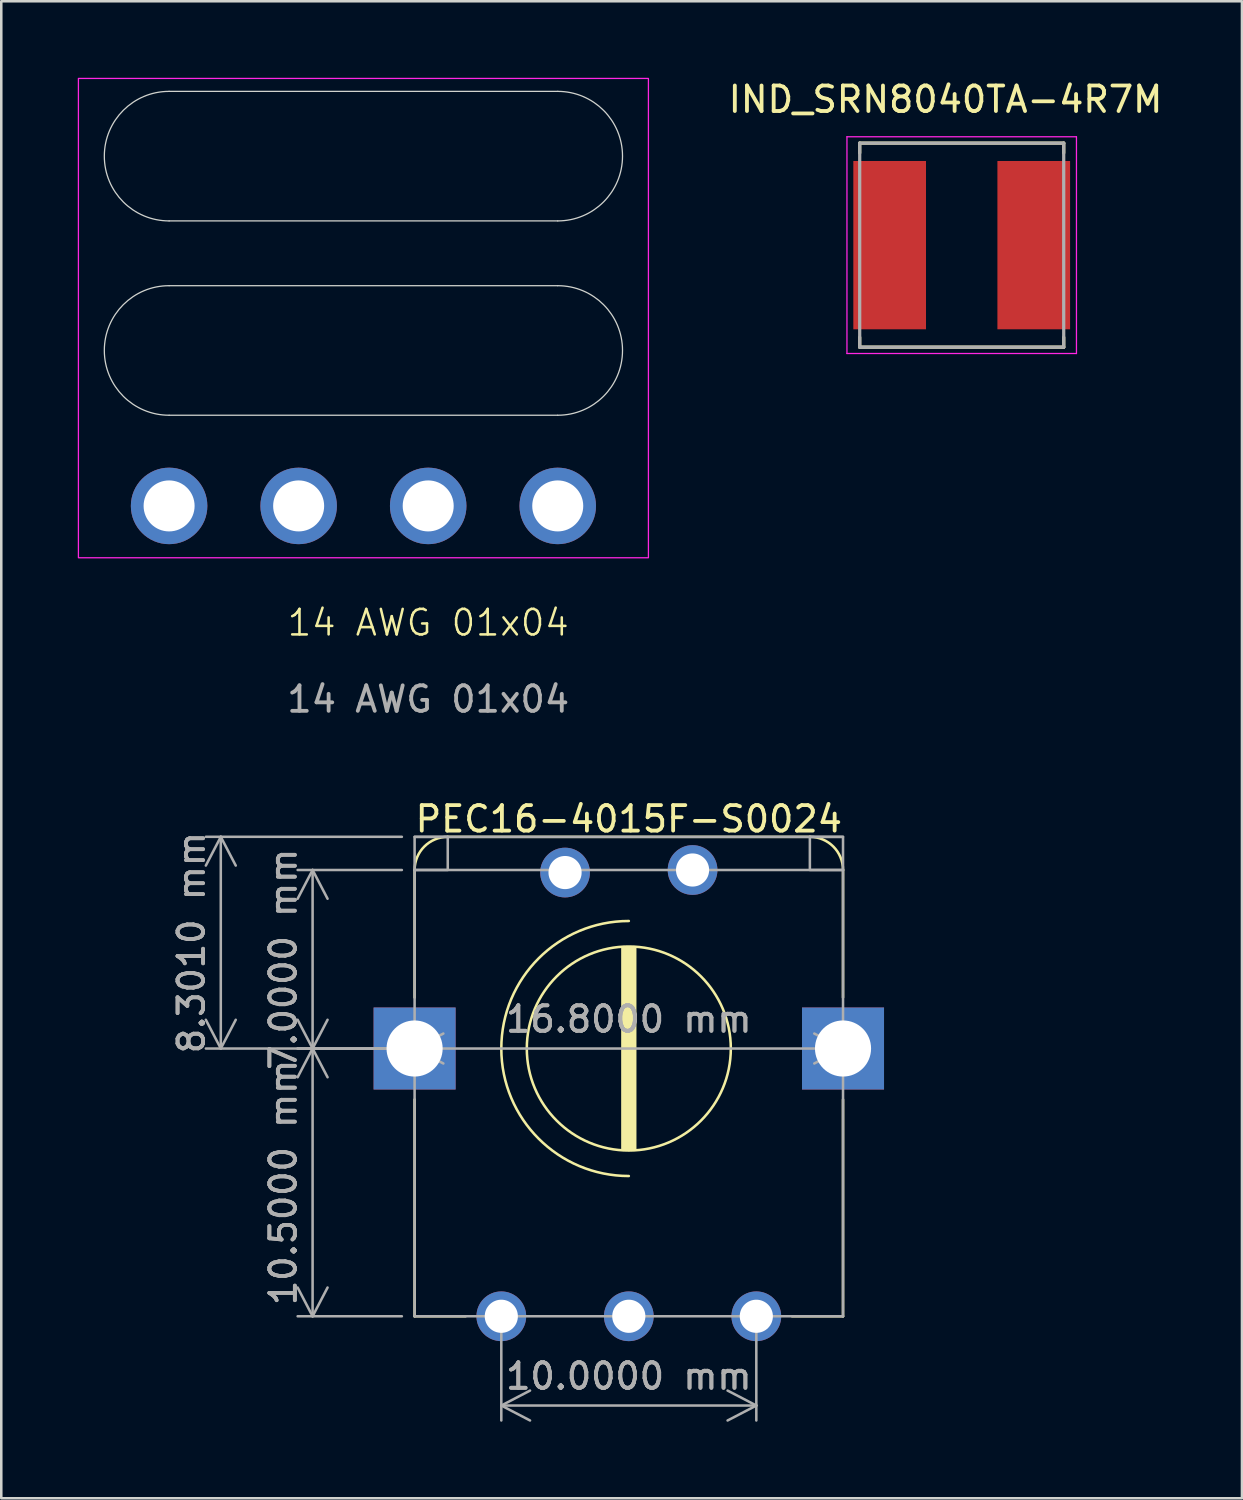
<source format=kicad_pcb>
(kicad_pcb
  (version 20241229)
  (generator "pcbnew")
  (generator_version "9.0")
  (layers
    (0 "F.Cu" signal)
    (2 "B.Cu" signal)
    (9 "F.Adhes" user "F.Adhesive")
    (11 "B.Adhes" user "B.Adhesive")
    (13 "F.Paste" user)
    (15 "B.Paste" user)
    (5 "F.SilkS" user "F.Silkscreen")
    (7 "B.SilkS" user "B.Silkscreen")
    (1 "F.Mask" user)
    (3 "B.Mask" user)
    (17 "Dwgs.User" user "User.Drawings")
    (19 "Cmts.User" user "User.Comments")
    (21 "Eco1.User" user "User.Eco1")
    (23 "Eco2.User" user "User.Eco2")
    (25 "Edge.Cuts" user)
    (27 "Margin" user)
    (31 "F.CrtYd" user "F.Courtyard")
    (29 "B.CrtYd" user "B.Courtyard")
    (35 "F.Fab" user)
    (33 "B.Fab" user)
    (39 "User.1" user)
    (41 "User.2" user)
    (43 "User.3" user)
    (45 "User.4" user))
  (footprint "PEC16-4015F-S0024"
    (layer "F.Cu")
    (at 21.608 48.566)
    (property "Reference" "PEC16-4015F-S0024" (at 0 -19.5 0) (layer "F.SilkS") (effects (font (size 1 1) (thickness 0.15))))
    (attr through_hole)
    (fp_line (start -8.4 -12.5) (end -8.4 -17.5) (stroke (width 0.1) (type default)) (layer "F.SilkS"))
    (fp_line (start -8.4 -8.5) (end -8.4 0) (stroke (width 0.1) (type default)) (layer "F.SilkS"))
    (fp_line (start -8.4 0) (end -6.4 0) (stroke (width 0.1) (type default)) (layer "F.SilkS"))
    (fp_line (start -7.1 -18.8) (end 7.1 -18.8) (stroke (width 0.1) (type default)) (layer "F.SilkS"))
    (fp_line (start 6.4 0) (end 8.4 0) (stroke (width 0.1) (type default)) (layer "F.SilkS"))
    (fp_line (start 8.4 -12.5) (end 8.4 -17.5) (stroke (width 0.1) (type default)) (layer "F.SilkS"))
    (fp_line (start 8.4 0) (end 8.4 -8.5) (stroke (width 0.1) (type default)) (layer "F.SilkS"))
    (fp_rect (start -0.25 -14.45) (end 0.25 -6.55) (stroke (width 0.1) (type solid)) (fill yes) (layer "F.SilkS"))
    (fp_arc (start -8.4 -17.5) (mid -8.019239 -18.419239) (end -7.1 -18.8) (stroke (width 0.1) (type default)) (layer "F.SilkS"))
    (fp_arc (start 0 -5.5) (mid -5 -10.5) (end 0 -15.5) (stroke (width 0.1) (type default)) (layer "F.SilkS"))
    (fp_arc (start 7.1 -18.8) (mid 8.019239 -18.419239) (end 8.4 -17.5) (stroke (width 0.1) (type default)) (layer "F.SilkS"))
    (fp_circle (center 0 -10.5) (end 4 -10.5) (stroke (width 0.1) (type default)) (fill no) (layer "F.SilkS"))
    (fp_line (start -8.4 -18.8) (end 8.4 -18.8) (stroke (width 0.1) (type default)) (layer "F.Fab"))
    (fp_line (start -8.4 -10.5) (end -8.4 -17.5) (stroke (width 0.1) (type default)) (layer "F.Fab"))
    (fp_line (start -8.4 -10.5) (end -8.4 0) (stroke (width 0.1) (type default)) (layer "F.Fab"))
    (fp_line (start -8.4 0) (end 8.4 0) (stroke (width 0.1) (type default)) (layer "F.Fab"))
    (fp_line (start 8.4 -17.5) (end -8.4 -17.5) (stroke (width 0.1) (type default)) (layer "F.Fab"))
    (fp_line (start 8.4 -10.5) (end 8.4 -17.5) (stroke (width 0.1) (type default)) (layer "F.Fab"))
    (fp_line (start 8.4 -10.5) (end 8.4 0) (stroke (width 0.1) (type default)) (layer "F.Fab"))
    (fp_rect (start -8.4 -17.5) (end -7.1 -18.8) (stroke (width 0.1) (type default)) (fill no) (layer "F.Fab"))
    (fp_rect (start 8.4 -18.8) (end 7.1 -17.5) (stroke (width 0.1) (type default)) (fill no) (layer "F.Fab"))
    (dimension (type aligned) (layer "F.Fab") (pts (xy 13.208 38.066) (xy 13.208 31.066)) (height -4) (format (prefix "") (suffix "") (units 3) (units_format 1) (precision 4)) (style (thickness 0.1) (arrow_length 1.27) (text_position_mode 0) (arrow_direction outward) (extension_height 0.586) (extension_offset 0.5) (keep_text_aligned yes)) (gr_text "7.0000 mm" (at 8.058 34.566 90) (layer "F.Fab") (effects (font (size 1 1) (thickness 0.15)))))
    (dimension (type aligned) (layer "F.Fab") (pts (xy 13.208 38.066) (xy 13.208 29.765)) (height -7.6) (format (prefix "") (suffix "") (units 3) (units_format 1) (precision 4)) (style (thickness 0.1) (arrow_length 1.27) (text_position_mode 0) (arrow_direction outward) (extension_height 0.586) (extension_offset 0.5) (keep_text_aligned yes)) (gr_text "8.3000 mm" (at 4.458 33.916 90) (layer "F.Fab") (effects (font (size 1 1) (thickness 0.15)))))
    (dimension (type aligned) (layer "F.Fab") (pts (xy 13.208 38.066) (xy 30.008 38.066)) (height 0) (format (prefix "") (suffix "") (units 3) (units_format 1) (precision 4)) (style (thickness 0.1) (arrow_length 1.27) (text_position_mode 0) (arrow_direction outward) (extension_height 0.586) (extension_offset 0.5) (keep_text_aligned yes)) (gr_text "16.8000 mm" (at 21.608 36.916 0) (layer "F.Fab") (effects (font (size 1 1) (thickness 0.15)))))
    (dimension (type aligned) (layer "F.Fab") (pts (xy 13.208 38.066) (xy 13.208 48.566)) (height 4) (format (prefix "") (suffix "") (units 3) (units_format 1) (precision 4)) (style (thickness 0.1) (arrow_length 1.27) (text_position_mode 0) (arrow_direction outward) (extension_height 0.586) (extension_offset 0.5) (keep_text_aligned yes)) (gr_text "10.5000 mm" (at 8.058 43.316 90) (layer "F.Fab") (effects (font (size 1 1) (thickness 0.15)))))
    (dimension (type aligned) (layer "F.Fab") (pts (xy 16.608 48.566) (xy 26.608 48.566)) (height 3.5) (format (prefix "") (suffix "") (units 3) (units_format 1) (precision 4)) (style (thickness 0.1) (arrow_length 1.27) (text_position_mode 0) (arrow_direction outward) (extension_height 0.586) (extension_offset 0.5) (keep_text_aligned yes)) (gr_text "10.0000 mm" (at 21.608 50.915 0) (layer "F.Fab") (effects (font (size 1 1) (thickness 0.15)))))
    (pad "" thru_hole rect (at -8.4 -10.5) (size 3.216 3.216) (drill 2.2) (layers "*.Cu" "*.Mask"))
    (pad "" thru_hole rect (at 8.4 -10.5) (size 3.216 3.216) (drill 2.2) (layers "*.Cu" "*.Mask"))
    (pad "A" thru_hole circle (at -5 0) (size 1.95 1.95) (drill 1.3) (layers "*.Cu" "*.Mask"))
    (pad "B" thru_hole circle (at 0 0) (size 1.95 1.95) (drill 1.3) (layers "*.Cu" "*.Mask"))
    (pad "C" thru_hole circle (at 5 0) (size 1.95 1.95) (drill 1.3) (layers "*.Cu" "*.Mask"))
    (pad "S1" thru_hole circle (at -2.5 -17.4) (size 1.95 1.95) (drill 1.3) (layers "*.Cu" "*.Mask"))
    (pad "S2" thru_hole circle (at 2.5 -17.5) (size 1.95 1.95) (drill 1.3) (layers "*.Cu" "*.Mask")))
  (footprint "IND_SRN8040TA-4R7M"
    (layer "F.Cu")
    (at 34.662 6.563)
    (property "Reference" "IND_SRN8040TA-4R7M" (at -0.635 -5.715 0) (layer "F.SilkS") (effects (font (size 1 1) (thickness 0.15))))
    (attr smd)
    (fp_line (start -4 -4) (end -4 -3.615) (stroke (width 0.127) (type solid)) (layer "F.SilkS"))
    (fp_line (start -4 -4) (end 4 -4) (stroke (width 0.127) (type solid)) (layer "F.SilkS"))
    (fp_line (start -4 3.615) (end -4 4) (stroke (width 0.127) (type solid)) (layer "F.SilkS"))
    (fp_line (start -4 4) (end 4 4) (stroke (width 0.127) (type solid)) (layer "F.SilkS"))
    (fp_line (start 4 -4) (end 4 -3.615) (stroke (width 0.127) (type solid)) (layer "F.SilkS"))
    (fp_line (start 4 4) (end 4 3.615) (stroke (width 0.127) (type solid)) (layer "F.SilkS"))
    (fp_line (start -4.5 -4.25) (end 4.5 -4.25) (stroke (width 0.05) (type solid)) (layer "F.CrtYd"))
    (fp_line (start -4.5 4.25) (end -4.5 -4.25) (stroke (width 0.05) (type solid)) (layer "F.CrtYd"))
    (fp_line (start 4.5 -4.25) (end 4.5 4.25) (stroke (width 0.05) (type solid)) (layer "F.CrtYd"))
    (fp_line (start 4.5 4.25) (end -4.5 4.25) (stroke (width 0.05) (type solid)) (layer "F.CrtYd"))
    (fp_line (start -4 -4) (end 4 -4) (stroke (width 0.127) (type solid)) (layer "F.Fab"))
    (fp_line (start -4 4) (end -4 -4) (stroke (width 0.127) (type solid)) (layer "F.Fab"))
    (fp_line (start 4 -4) (end 4 4) (stroke (width 0.127) (type solid)) (layer "F.Fab"))
    (fp_line (start 4 4) (end -4 4) (stroke (width 0.127) (type solid)) (layer "F.Fab"))
    (pad "1" smd rect (at -2.825 0 90) (size 6.6 2.85) (layers "F.Cu" "F.Mask" "F.Paste"))
    (pad "2" smd rect (at 2.825 0 90) (size 6.6 2.85) (layers "F.Cu" "F.Mask" "F.Paste")))
  (footprint "14 AWG 01x04"
    (layer "F.Cu")
    (at 13.741 21.869)
    (property "Reference" "14 AWG 01x04" (at 0 -0.5 0) (unlocked yes) (layer "F.SilkS") (effects (font (size 1 1) (thickness 0.1))))
    (attr through_hole)
    (fp_line (start -10.16 -21.336) (end 5.08 -21.336) (stroke (width 0.05) (type default)) (layer "Edge.Cuts"))
    (fp_line (start -10.16 -13.716) (end 5.08 -13.716) (stroke (width 0.05) (type default)) (layer "Edge.Cuts"))
    (fp_line (start 5.08 -16.256) (end -10.16 -16.256) (stroke (width 0.05) (type default)) (layer "Edge.Cuts"))
    (fp_line (start 5.08 -8.636) (end -10.16 -8.636) (stroke (width 0.05) (type default)) (layer "Edge.Cuts"))
    (fp_arc (start -10.16 -16.256) (mid -12.7 -18.796) (end -10.16 -21.336) (stroke (width 0.05) (type default)) (layer "Edge.Cuts"))
    (fp_arc (start -10.16 -8.636) (mid -12.7 -11.176) (end -10.16 -13.716) (stroke (width 0.05) (type default)) (layer "Edge.Cuts"))
    (fp_arc (start 5.08 -21.336) (mid 7.62 -18.796) (end 5.08 -16.256) (stroke (width 0.05) (type default)) (layer "Edge.Cuts"))
    (fp_arc (start 5.08 -13.716) (mid 7.62 -11.176) (end 5.08 -8.636) (stroke (width 0.05) (type default)) (layer "Edge.Cuts"))
    (fp_rect (start -13.716 -21.844) (end 8.636 -3.048) (stroke (width 0.05) (type default)) (fill no) (layer "F.CrtYd"))
    (fp_text user "${REFERENCE}" (at 0 2.5 0) (unlocked yes) (layer "F.Fab") (effects (font (size 1 1) (thickness 0.15))))
    (pad "1" thru_hole circle (at -10.16 -5.08) (size 3 3) (drill 2) (layers "*.Cu" "*.Mask"))
    (pad "2" thru_hole circle (at -5.08 -5.08) (size 3 3) (drill 2) (layers "*.Cu" "*.Mask"))
    (pad "3" thru_hole circle (at 0 -5.08) (size 3 3) (drill 2) (layers "*.Cu" "*.Mask"))
    (pad "4" thru_hole circle (at 5.08 -5.08) (size 3 3) (drill 2) (layers "*.Cu" "*.Mask")))
  (gr_rect
    (start -3 -3)
    (end 45.652 55.702)
    (stroke (width 0.1) (type default))
    (fill no)
    (layer "Edge.Cuts")))
</source>
